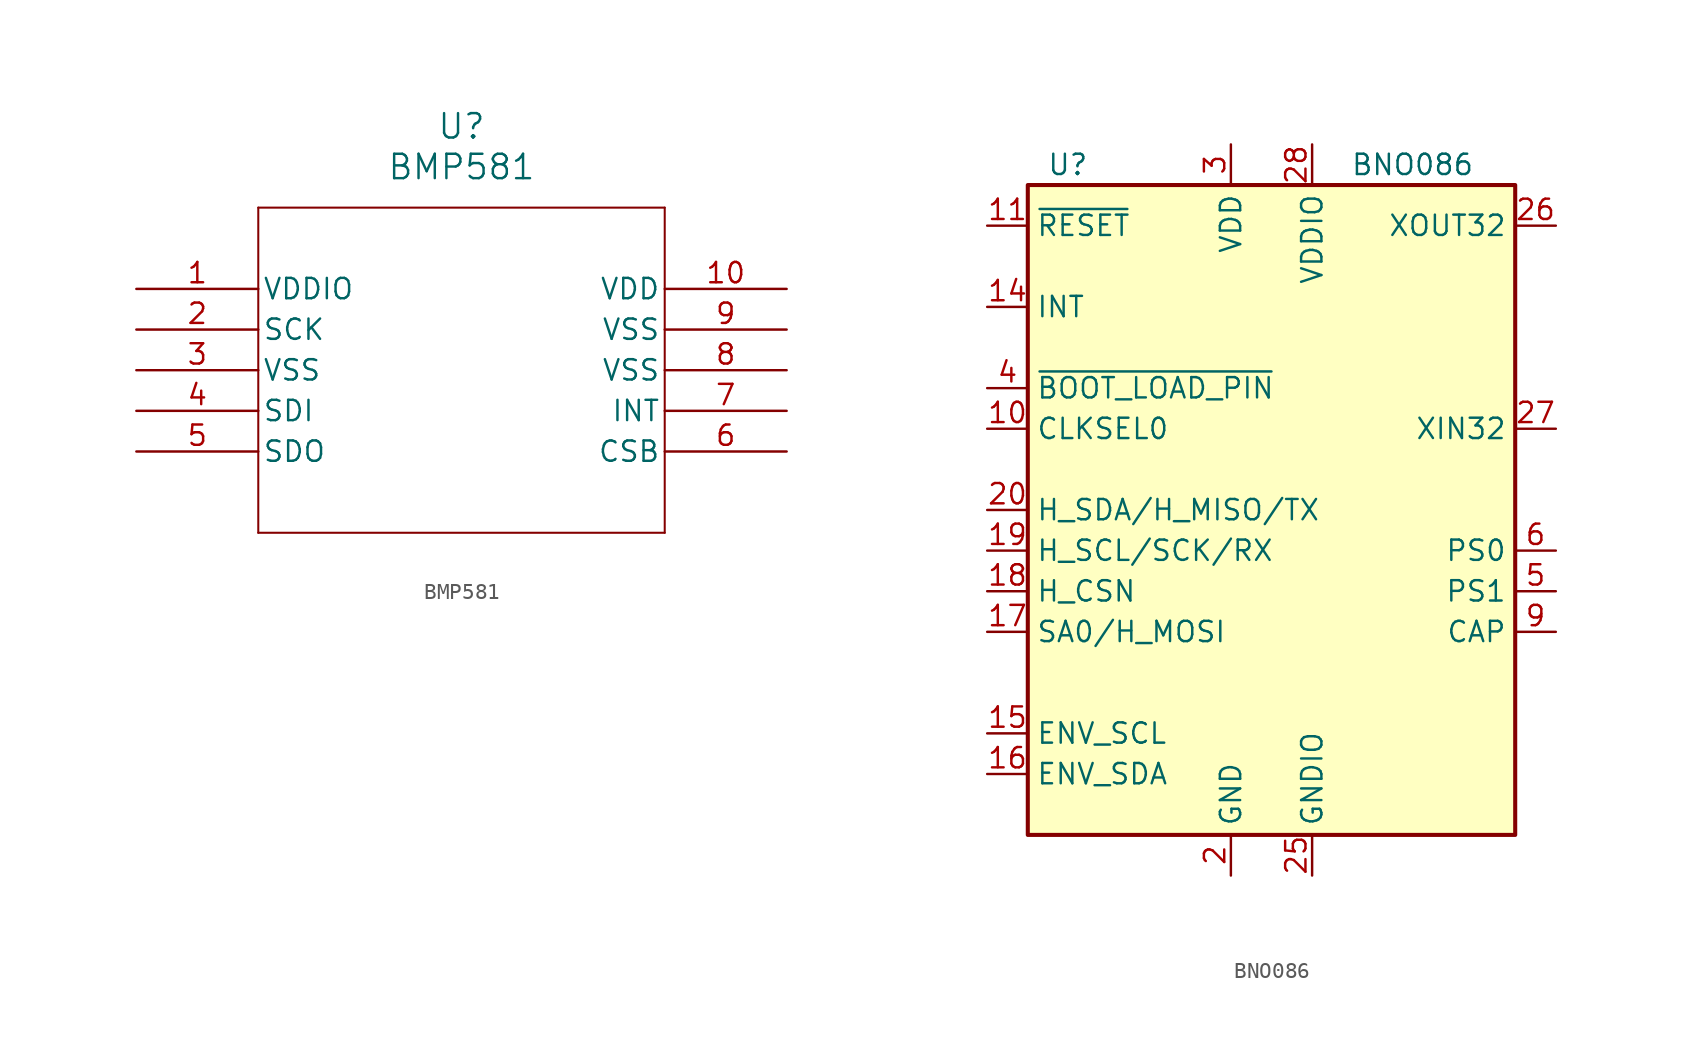
<source format=kicad_sym>
(kicad_symbol_lib
  (version 20241209)
  (generator "kicad_symbol_editor")
  (generator_version "9.0")
  (symbol "BMP581"
    (pin_names
      (offset 0.254))
    (property "Reference" "U"
      (at 20.32 10.16 0)
      (effects (font (size 1.524 1.524))))
    (property "Value" "BMP581"
      (at 20.32 7.62 0)
      (effects (font (size 1.524 1.524))))
    (symbol "BMP581_0_1"
      (polyline (pts (xy 7.62 5.08) (xy 7.62 -15.24)) (stroke (width 0.127) (type default)) (fill (type none)))
      (polyline (pts (xy 7.62 -15.24) (xy 33.02 -15.24)) (stroke (width 0.127) (type default)) (fill (type none)))
      (polyline (pts (xy 33.02 5.08) (xy 7.62 5.08)) (stroke (width 0.127) (type default)) (fill (type none)))
      (polyline (pts (xy 33.02 -15.24) (xy 33.02 5.08)) (stroke (width 0.127) (type default)) (fill (type none)))
      (pin power_in line (at 0 0 0) (length 7.62) (name "VDDIO" (effects (font (size 1.27 1.27)))) (number "1" (effects (font (size 1.27 1.27)))))
      (pin power_out line (at 0 -5.08 0) (length 7.62) (name "VSS" (effects (font (size 1.27 1.27)))) (number "3" (effects (font (size 1.27 1.27)))))
      (pin power_in line (at 40.64 0 180) (length 7.62) (name "VDD" (effects (font (size 1.27 1.27)))) (number "10" (effects (font (size 1.27 1.27)))))
      (pin power_out line (at 40.64 -2.54 180) (length 7.62) (name "VSS" (effects (font (size 1.27 1.27)))) (number "9" (effects (font (size 1.27 1.27)))))
      (pin power_out line (at 40.64 -5.08 180) (length 7.62) (name "VSS" (effects (font (size 1.27 1.27)))) (number "8" (effects (font (size 1.27 1.27)))))
      (pin input line (at 40.64 -7.62 180) (length 7.62) (name "INT" (effects (font (size 1.27 1.27)))) (number "7" (effects (font (size 1.27 1.27))))))
    (symbol "BMP581_1_1"
      (pin input line (at 0 -2.54 0) (length 7.62) (name "SCK" (effects (font (size 1.27 1.27)))) (number "2" (effects (font (size 1.27 1.27)))))
      (pin input line (at 0 -7.62 0) (length 7.62) (name "SDI" (effects (font (size 1.27 1.27)))) (number "4" (effects (font (size 1.27 1.27)))))
      (pin output line (at 0 -10.16 0) (length 7.62) (name "SDO" (effects (font (size 1.27 1.27)))) (number "5" (effects (font (size 1.27 1.27)))))
      (pin input line (at 40.64 -10.16 180) (length 7.62) (name "CSB" (effects (font (size 1.27 1.27)))) (number "6" (effects (font (size 1.27 1.27)))))))
  (symbol "BNO086"
    (property "Reference" "U"
      (at -11.43 21.59 0)
      (effects (font (size 1.27 1.27)) (justify right)))
    (property "Value" "BNO086"
      (at 12.7 21.59 0)
      (effects (font (size 1.27 1.27)) (justify right)))
    (symbol "BNO086_0_1"
      (rectangle (start -15.24 20.32) (end 15.24 -20.32) (stroke (width 0.254) (type default)) (fill (type background))))
    (symbol "BNO086_1_1"
      (pin input line (at -17.78 17.78 0) (length 2.54) (name "~{RESET}" (effects (font (size 1.27 1.27)))) (number "11" (effects (font (size 1.27 1.27)))))
      (pin no_connect line (at -17.78 15.24 0) (length 2.54) (hide yes) (name "PIN1" (effects (font (size 1.27 1.27)))) (number "1" (effects (font (size 1.27 1.27)))))
      (pin output line (at -17.78 12.7 0) (length 2.54) (name "INT" (effects (font (size 1.27 1.27)))) (number "14" (effects (font (size 1.27 1.27)))))
      (pin no_connect line (at -17.78 10.16 0) (length 2.54) (hide yes) (name "PIN7" (effects (font (size 1.27 1.27)))) (number "7" (effects (font (size 1.27 1.27)))))
      (pin input line (at -17.78 7.62 0) (length 2.54) (name "~{BOOT_LOAD_PIN}" (effects (font (size 1.27 1.27)))) (number "4" (effects (font (size 1.27 1.27)))))
      (pin input line (at -17.78 5.08 0) (length 2.54) (name "CLKSEL0" (effects (font (size 1.27 1.27)))) (number "10" (effects (font (size 1.27 1.27)))))
      (pin no_connect line (at -17.78 2.54 0) (length 2.54) (hide yes) (name "PIN8" (effects (font (size 1.27 1.27)))) (number "8" (effects (font (size 1.27 1.27)))))
      (pin bidirectional line (at -17.78 0 0) (length 2.54) (name "H_SDA/H_MISO/TX" (effects (font (size 1.27 1.27)))) (number "20" (effects (font (size 1.27 1.27)))))
      (pin bidirectional line (at -17.78 -2.54 0) (length 2.54) (name "H_SCL/SCK/RX" (effects (font (size 1.27 1.27)))) (number "19" (effects (font (size 1.27 1.27)))))
      (pin input line (at -17.78 -5.08 0) (length 2.54) (name "H_CSN" (effects (font (size 1.27 1.27)))) (number "18" (effects (font (size 1.27 1.27)))))
      (pin input line (at -17.78 -7.62 0) (length 2.54) (name "SA0/H_MOSI" (effects (font (size 1.27 1.27)))) (number "17" (effects (font (size 1.27 1.27)))))
      (pin bidirectional line (at -17.78 -13.97 0) (length 2.54) (name "ENV_SCL" (effects (font (size 1.27 1.27)))) (number "15" (effects (font (size 1.27 1.27)))))
      (pin bidirectional line (at -17.78 -16.51 0) (length 2.54) (name "ENV_SDA" (effects (font (size 1.27 1.27)))) (number "16" (effects (font (size 1.27 1.27)))))
      (pin power_in line (at -2.54 22.86 270) (length 2.54) (name "VDD" (effects (font (size 1.27 1.27)))) (number "3" (effects (font (size 1.27 1.27)))))
      (pin power_in line (at -2.54 -22.86 90) (length 2.54) (name "GND" (effects (font (size 1.27 1.27)))) (number "2" (effects (font (size 1.27 1.27)))))
      (pin power_in line (at 2.54 22.86 270) (length 2.54) (name "VDDIO" (effects (font (size 1.27 1.27)))) (number "28" (effects (font (size 1.27 1.27)))))
      (pin power_in line (at 2.54 -22.86 90) (length 2.54) (name "GNDIO" (effects (font (size 1.27 1.27)))) (number "25" (effects (font (size 1.27 1.27)))))
      (pin output line (at 17.78 17.78 180) (length 2.54) (name "XOUT32" (effects (font (size 1.27 1.27)))) (number "26" (effects (font (size 1.27 1.27)))))
      (pin no_connect line (at 17.78 15.24 180) (length 2.54) (hide yes) (name "PIN12" (effects (font (size 1.27 1.27)))) (number "12" (effects (font (size 1.27 1.27)))))
      (pin no_connect line (at 17.78 12.7 180) (length 2.54) (hide yes) (name "PIN13" (effects (font (size 1.27 1.27)))) (number "13" (effects (font (size 1.27 1.27)))))
      (pin no_connect line (at 17.78 10.16 180) (length 2.54) (hide yes) (name "PIN21" (effects (font (size 1.27 1.27)))) (number "21" (effects (font (size 1.27 1.27)))))
      (pin no_connect line (at 17.78 7.62 180) (length 2.54) (hide yes) (name "PIN22" (effects (font (size 1.27 1.27)))) (number "22" (effects (font (size 1.27 1.27)))))
      (pin input line (at 17.78 5.08 180) (length 2.54) (name "XIN32" (effects (font (size 1.27 1.27)))) (number "27" (effects (font (size 1.27 1.27)))))
      (pin no_connect line (at 17.78 2.54 180) (length 2.54) (hide yes) (name "PIN23" (effects (font (size 1.27 1.27)))) (number "23" (effects (font (size 1.27 1.27)))))
      (pin no_connect line (at 17.78 0 180) (length 2.54) (hide yes) (name "PIN24" (effects (font (size 1.27 1.27)))) (number "24" (effects (font (size 1.27 1.27)))))
      (pin input line (at 17.78 -2.54 180) (length 2.54) (name "PS0" (effects (font (size 1.27 1.27)))) (number "6" (effects (font (size 1.27 1.27)))))
      (pin input line (at 17.78 -5.08 180) (length 2.54) (name "PS1" (effects (font (size 1.27 1.27)))) (number "5" (effects (font (size 1.27 1.27)))))
      (pin passive line (at 17.78 -7.62 180) (length 2.54) (name "CAP" (effects (font (size 1.27 1.27)))) (number "9" (effects (font (size 1.27 1.27))))))))
</source>
